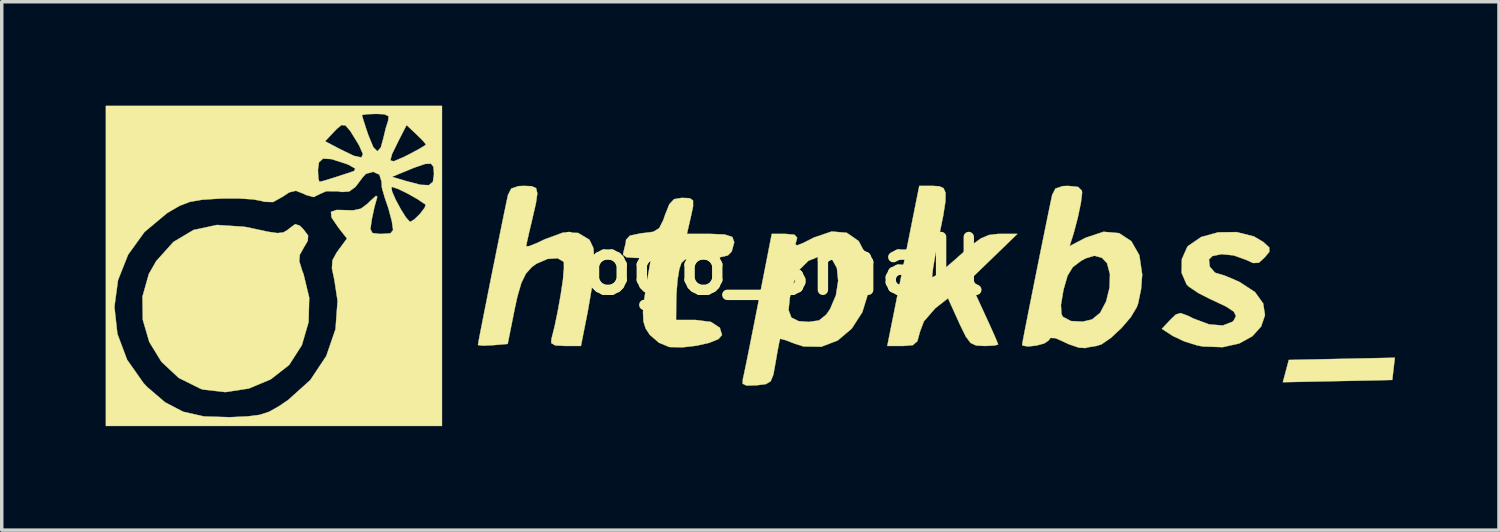
<source format=kicad_pcb>
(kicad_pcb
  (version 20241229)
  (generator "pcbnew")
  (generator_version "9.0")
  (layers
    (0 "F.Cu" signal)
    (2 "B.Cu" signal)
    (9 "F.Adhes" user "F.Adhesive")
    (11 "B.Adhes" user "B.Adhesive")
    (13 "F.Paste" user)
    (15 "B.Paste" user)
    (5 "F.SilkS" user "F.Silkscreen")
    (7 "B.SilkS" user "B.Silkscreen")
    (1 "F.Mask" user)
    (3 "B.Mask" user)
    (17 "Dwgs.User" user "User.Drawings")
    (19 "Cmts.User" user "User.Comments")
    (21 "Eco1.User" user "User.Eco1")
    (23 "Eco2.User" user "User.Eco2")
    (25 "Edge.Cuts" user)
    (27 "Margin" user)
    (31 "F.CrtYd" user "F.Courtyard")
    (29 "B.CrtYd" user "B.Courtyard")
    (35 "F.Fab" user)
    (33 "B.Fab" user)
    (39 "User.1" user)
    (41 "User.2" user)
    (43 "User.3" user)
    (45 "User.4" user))
  (footprint "logo_small"
    (layer "F.Cu")
    (at 19.17 4.623)
    (property "Reference" "logo_small" (at 0 0 0) (layer "F.SilkS") (effects (font (size 1.524 1.524) (thickness 0.3))))
    (attr through_hole)
    (fp_poly (pts (xy 17.953 3.29) (xy 16.375 3.323) (xy 14.796 3.355) (xy 14.882 3.034) (xy 14.968 2.713) (xy 16.497 2.681) (xy 18.027 2.649) (xy 17.953 3.29)) (stroke (width 0.01) (type solid)) (fill yes) (layer "F.SilkS"))
    (fp_poly (pts (xy -13.569 -1.161) (xy -13.46 -1.05) (xy -13.33 -0.877) (xy -13.34 -0.724) (xy -13.454 -0.53) (xy -13.57 -0.322) (xy -13.585 -0.135) (xy -13.503 0.131) (xy -13.463 0.233) (xy -13.298 0.917) (xy -13.317 1.623) (xy -13.51 2.286) (xy -13.868 2.844) (xy -13.889 2.867) (xy -14.408 3.272) (xy -15.042 3.537) (xy -15.718 3.641) (xy -16.362 3.567) (xy -16.426 3.547) (xy -17.062 3.232) (xy -17.562 2.766) (xy -17.913 2.192) (xy -18.1 1.551) (xy -18.109 0.884) (xy -17.925 0.232) (xy -17.713 -0.139) (xy -17.216 -0.692) (xy -16.636 -1.037) (xy -15.959 -1.182) (xy -15.17 -1.13) (xy -14.922 -1.08) (xy -14.486 -0.986) (xy -14.214 -0.947) (xy -14.045 -0.966) (xy -13.919 -1.04) (xy -13.873 -1.08) (xy -13.702 -1.205) (xy -13.569 -1.161)) (stroke (width 0.01) (type solid)) (fill yes) (layer "F.SilkS"))
    (fp_poly (pts (xy 4.884 -2.298) (xy 5.006 -2.243) (xy 5.064 -2.108) (xy 5.059 -1.859) (xy 4.997 -1.46) (xy 4.88 -0.878) (xy 4.854 -0.751) (xy 4.763 -0.292) (xy 4.701 0.074) (xy 4.676 0.293) (xy 4.68 0.331) (xy 4.779 0.28) (xy 5.005 0.104) (xy 5.316 -0.162) (xy 5.441 -0.274) (xy 5.816 -0.601) (xy 6.088 -0.796) (xy 6.319 -0.893) (xy 6.57 -0.923) (xy 6.647 -0.924) (xy 7.135 -0.924) (xy 6.441 -0.252) (xy 5.746 0.419) (xy 6.163 1.323) (xy 6.352 1.734) (xy 6.496 2.058) (xy 6.573 2.244) (xy 6.581 2.268) (xy 6.479 2.295) (xy 6.228 2.309) (xy 6.17 2.309) (xy 5.942 2.295) (xy 5.785 2.221) (xy 5.648 2.038) (xy 5.482 1.7) (xy 5.446 1.621) (xy 5.134 0.933) (xy 4.765 1.222) (xy 4.436 1.601) (xy 4.321 1.91) (xy 4.25 2.173) (xy 4.119 2.285) (xy 3.846 2.309) (xy 3.814 2.309) (xy 3.382 2.309) (xy 3.844 0) (xy 4.305 -2.309) (xy 4.693 -2.309) (xy 4.884 -2.298)) (stroke (width 0.01) (type solid)) (fill yes) (layer "F.SilkS"))
    (fp_poly (pts (xy 13.958 -0.852) (xy 14.233 -0.69) (xy 14.405 -0.531) (xy 14.404 -0.406) (xy 14.272 -0.246) (xy 14.101 -0.091) (xy 13.937 -0.084) (xy 13.731 -0.177) (xy 13.378 -0.304) (xy 13.031 -0.34) (xy 12.765 -0.286) (xy 12.664 -0.187) (xy 12.686 0.021) (xy 12.837 0.194) (xy 12.955 0.231) (xy 13.107 0.276) (xy 13.387 0.392) (xy 13.556 0.469) (xy 13.992 0.755) (xy 14.227 1.081) (xy 14.28 1.421) (xy 14.17 1.746) (xy 13.917 2.027) (xy 13.54 2.236) (xy 13.058 2.344) (xy 12.49 2.324) (xy 12.323 2.293) (xy 11.947 2.175) (xy 11.618 2.019) (xy 11.597 2.005) (xy 11.305 1.815) (xy 11.546 1.558) (xy 11.71 1.4) (xy 11.849 1.362) (xy 12.055 1.438) (xy 12.211 1.516) (xy 12.668 1.687) (xy 13.064 1.719) (xy 13.345 1.61) (xy 13.38 1.574) (xy 13.444 1.443) (xy 13.379 1.317) (xy 13.157 1.171) (xy 12.748 0.978) (xy 12.7 0.957) (xy 12.357 0.782) (xy 12.088 0.601) (xy 12.017 0.532) (xy 11.875 0.2) (xy 11.882 -0.195) (xy 12.035 -0.542) (xy 12.064 -0.576) (xy 12.438 -0.834) (xy 12.93 -0.969) (xy 13.463 -0.976) (xy 13.958 -0.852)) (stroke (width 0.01) (type solid)) (fill yes) (layer "F.SilkS"))
    (fp_poly (pts (xy -6.877 -2.3) (xy -6.752 -2.243) (xy -6.716 -2.094) (xy -6.756 -1.81) (xy -6.863 -1.347) (xy -6.867 -1.328) (xy -6.956 -0.953) (xy -7.018 -0.674) (xy -7.039 -0.564) (xy -6.949 -0.572) (xy -6.714 -0.666) (xy -6.494 -0.771) (xy -5.969 -0.963) (xy -5.541 -0.952) (xy -5.211 -0.754) (xy -5.097 -0.513) (xy -5.068 -0.09) (xy -5.125 0.526) (xy -5.262 1.321) (xy -5.458 2.309) (xy -5.912 2.309) (xy -6.203 2.292) (xy -6.315 2.224) (xy -6.308 2.107) (xy -6.215 1.738) (xy -6.123 1.288) (xy -6.039 0.819) (xy -5.975 0.389) (xy -5.94 0.06) (xy -5.943 -0.109) (xy -5.945 -0.114) (xy -6.133 -0.223) (xy -6.425 -0.201) (xy -6.744 -0.063) (xy -6.875 0.033) (xy -7.046 0.223) (xy -7.178 0.492) (xy -7.294 0.894) (xy -7.376 1.274) (xy -7.571 2.251) (xy -7.999 2.287) (xy -8.276 2.3) (xy -8.421 2.285) (xy -8.428 2.278) (xy -8.407 2.154) (xy -8.348 1.847) (xy -8.26 1.4) (xy -8.152 0.856) (xy -8.033 0.257) (xy -7.91 -0.352) (xy -7.794 -0.928) (xy -7.692 -1.43) (xy -7.613 -1.812) (xy -7.565 -2.034) (xy -7.562 -2.049) (xy -7.468 -2.232) (xy -7.258 -2.303) (xy -7.098 -2.309) (xy -6.877 -2.3)) (stroke (width 0.01) (type solid)) (fill yes) (layer "F.SilkS"))
    (fp_poly (pts (xy -2.318 -1.954) (xy -2.223 -1.89) (xy -2.222 -1.716) (xy -2.295 -1.375) (xy -2.3 -1.357) (xy -2.4 -0.924) (xy -1.72 -0.924) (xy -1.307 -0.906) (xy -1.09 -0.836) (xy -1.034 -0.683) (xy -1.107 -0.42) (xy -1.109 -0.414) (xy -1.217 -0.303) (xy -1.462 -0.246) (xy -1.857 -0.231) (xy -2.239 -0.223) (xy -2.453 -0.184) (xy -2.559 -0.086) (xy -2.618 0.087) (xy -2.669 0.395) (xy -2.702 0.805) (xy -2.707 0.981) (xy -2.713 1.559) (xy -2.16 1.559) (xy -1.706 1.616) (xy -1.45 1.785) (xy -1.387 1.994) (xy -1.489 2.111) (xy -1.756 2.218) (xy -2.123 2.302) (xy -2.522 2.348) (xy -2.889 2.341) (xy -2.913 2.337) (xy -3.205 2.217) (xy -3.47 1.988) (xy -3.473 1.984) (xy -3.59 1.806) (xy -3.654 1.604) (xy -3.667 1.33) (xy -3.628 0.938) (xy -3.54 0.379) (xy -3.509 0.202) (xy -3.433 -0.231) (xy -3.865 -0.231) (xy -4.145 -0.25) (xy -4.242 -0.322) (xy -4.226 -0.414) (xy -4.163 -0.669) (xy -4.156 -0.753) (xy -4.046 -0.873) (xy -3.727 -0.941) (xy -3.675 -0.946) (xy -3.369 -0.985) (xy -3.199 -1.089) (xy -3.081 -1.323) (xy -3.03 -1.472) (xy -2.907 -1.781) (xy -2.771 -1.925) (xy -2.562 -1.962) (xy -2.53 -1.963) (xy -2.318 -1.954)) (stroke (width 0.01) (type solid)) (fill yes) (layer "F.SilkS"))
    (fp_poly (pts (xy 2.215 -0.955) (xy 2.556 -0.717) (xy 2.782 -0.289) (xy 2.86 0.116) (xy 2.838 0.764) (xy 2.66 1.338) (xy 2.355 1.809) (xy 1.952 2.15) (xy 1.481 2.331) (xy 0.969 2.324) (xy 0.717 2.245) (xy 0.452 2.143) (xy 0.3 2.103) (xy 0.288 2.106) (xy 0.259 2.226) (xy 0.206 2.507) (xy 0.161 2.771) (xy 0.096 3.133) (xy 0.018 3.326) (xy -0.119 3.409) (xy -0.365 3.441) (xy -0.391 3.443) (xy -0.678 3.452) (xy -0.791 3.398) (xy -0.785 3.269) (xy -0.746 3.091) (xy -0.671 2.728) (xy -0.569 2.22) (xy -0.448 1.611) (xy -0.382 1.274) (xy 0.533 1.274) (xy 0.614 1.49) (xy 0.822 1.593) (xy 1.113 1.616) (xy 1.413 1.573) (xy 1.625 1.401) (xy 1.733 1.241) (xy 1.9 0.848) (xy 1.965 0.431) (xy 1.928 0.061) (xy 1.788 -0.191) (xy 1.733 -0.23) (xy 1.427 -0.277) (xy 1.106 -0.148) (xy 0.837 0.117) (xy 0.713 0.373) (xy 0.57 0.912) (xy 0.533 1.274) (xy -0.382 1.274) (xy -0.341 1.068) (xy 0.049 -0.924) (xy 0.441 -0.924) (xy 0.704 -0.9) (xy 0.781 -0.814) (xy 0.766 -0.75) (xy 0.73 -0.625) (xy 0.78 -0.593) (xy 0.956 -0.662) (xy 1.263 -0.818) (xy 1.778 -0.993) (xy 2.215 -0.955)) (stroke (width 0.01) (type solid)) (fill yes) (layer "F.SilkS"))
    (fp_poly (pts (xy 8.887 -2.279) (xy 8.996 -2.173) (xy 9.003 -2.107) (xy 8.968 -1.82) (xy 8.883 -1.41) (xy 8.769 -0.976) (xy 8.726 -0.834) (xy 8.642 -0.572) (xy 9.109 -0.815) (xy 9.623 -0.985) (xy 10.07 -0.946) (xy 10.423 -0.714) (xy 10.655 -0.309) (xy 10.737 0.25) (xy 10.704 0.677) (xy 10.621 1.076) (xy 10.581 1.189) (xy 10.407 1.479) (xy 10.139 1.792) (xy 9.838 2.073) (xy 9.564 2.262) (xy 9.415 2.309) (xy 9.157 2.35) (xy 9.1 2.369) (xy 8.907 2.357) (xy 8.613 2.256) (xy 8.52 2.211) (xy 8.237 2.084) (xy 8.091 2.077) (xy 8.034 2.152) (xy 7.914 2.235) (xy 7.686 2.297) (xy 7.446 2.324) (xy 7.291 2.299) (xy 7.274 2.271) (xy 7.295 2.149) (xy 7.354 1.843) (xy 7.442 1.397) (xy 7.495 1.13) (xy 8.392 1.13) (xy 8.409 1.392) (xy 8.449 1.468) (xy 8.679 1.59) (xy 9.017 1.608) (xy 9.289 1.545) (xy 9.525 1.352) (xy 9.697 1.024) (xy 9.795 0.629) (xy 9.807 0.238) (xy 9.722 -0.08) (xy 9.577 -0.234) (xy 9.357 -0.295) (xy 9.102 -0.217) (xy 8.972 -0.146) (xy 8.735 0.034) (xy 8.584 0.28) (xy 8.47 0.674) (xy 8.465 0.695) (xy 8.392 1.13) (xy 7.495 1.13) (xy 7.55 0.854) (xy 7.669 0.257) (xy 7.791 -0.351) (xy 7.908 -0.926) (xy 8.01 -1.427) (xy 8.089 -1.809) (xy 8.136 -2.031) (xy 8.14 -2.049) (xy 8.234 -2.232) (xy 8.444 -2.303) (xy 8.604 -2.309) (xy 8.887 -2.279)) (stroke (width 0.01) (type solid)) (fill yes) (layer "F.SilkS"))
    (fp_poly (pts (xy -9.467 4.618) (xy -19.165 4.618) (xy -19.165 1.182) (xy -18.919 1.182) (xy -18.833 1.961) (xy -18.553 2.707) (xy -18.075 3.387) (xy -17.969 3.498) (xy -17.46 3.933) (xy -16.938 4.207) (xy -16.337 4.343) (xy -15.59 4.365) (xy -15.568 4.364) (xy -15.071 4.341) (xy -14.726 4.297) (xy -14.454 4.208) (xy -14.176 4.051) (xy -13.905 3.868) (xy -13.266 3.293) (xy -12.806 2.601) (xy -12.539 1.826) (xy -12.48 1.005) (xy -12.571 0.409) (xy -12.642 0.066) (xy -12.627 -0.162) (xy -12.51 -0.379) (xy -12.456 -0.455) (xy -12.208 -0.791) (xy -12.454 -1.104) (xy -12.652 -1.395) (xy -12.671 -1.558) (xy -12.51 -1.615) (xy -12.383 -1.613) (xy -12.028 -1.603) (xy -11.805 -1.653) (xy -11.616 -1.794) (xy -11.533 -1.876) (xy -11.369 -2.024) (xy -11.334 -1.993) (xy -11.348 -1.942) (xy -11.416 -1.699) (xy -11.488 -1.366) (xy -11.494 -1.336) (xy -11.532 -1.064) (xy -11.475 -0.949) (xy -11.275 -0.924) (xy -11.203 -0.924) (xy -10.956 -0.94) (xy -10.877 -1.034) (xy -10.912 -1.279) (xy -10.916 -1.299) (xy -11.013 -1.663) (xy -11.116 -1.963) (xy -11.199 -2.251) (xy -11.201 -2.275) (xy -10.926 -2.275) (xy -10.908 -2.152) (xy -10.805 -1.913) (xy -10.656 -1.637) (xy -10.506 -1.398) (xy -10.394 -1.275) (xy -10.38 -1.271) (xy -10.26 -1.346) (xy -10.102 -1.502) (xy -9.964 -1.682) (xy -9.939 -1.77) (xy -10.174 -1.928) (xy -10.461 -2.09) (xy -10.728 -2.22) (xy -10.9 -2.278) (xy -10.926 -2.275) (xy -11.201 -2.275) (xy -11.212 -2.439) (xy -11.253 -2.571) (xy -10.91 -2.571) (xy -10.506 -2.45) (xy -10.09 -2.341) (xy -9.846 -2.33) (xy -9.729 -2.427) (xy -9.698 -2.645) (xy -9.698 -2.663) (xy -9.713 -2.859) (xy -9.784 -2.951) (xy -9.954 -2.943) (xy -10.266 -2.836) (xy -10.564 -2.714) (xy -10.91 -2.571) (xy -11.253 -2.571) (xy -11.273 -2.635) (xy -11.453 -2.716) (xy -11.66 -2.658) (xy -11.741 -2.575) (xy -11.962 -2.282) (xy -12.143 -2.149) (xy -12.353 -2.134) (xy -12.47 -2.153) (xy -12.808 -2.156) (xy -12.992 -2.075) (xy -13.17 -1.987) (xy -13.39 -2.047) (xy -13.456 -2.081) (xy -13.681 -2.169) (xy -13.875 -2.123) (xy -14.06 -2) (xy -14.342 -1.843) (xy -14.596 -1.85) (xy -14.665 -1.873) (xy -14.915 -1.92) (xy -15.317 -1.946) (xy -15.791 -1.946) (xy -15.878 -1.943) (xy -16.379 -1.911) (xy -16.736 -1.85) (xy -17.038 -1.735) (xy -17.371 -1.541) (xy -17.403 -1.521) (xy -18.052 -0.979) (xy -18.524 -0.324) (xy -18.815 0.409) (xy -18.919 1.182) (xy -19.165 1.182) (xy -19.165 -2.771) (xy -13.046 -2.771) (xy -13.035 -2.527) (xy -13.006 -2.425) (xy -13.006 -2.425) (xy -12.88 -2.456) (xy -12.624 -2.534) (xy -12.573 -2.55) (xy -12.257 -2.653) (xy -12.02 -2.732) (xy -12.007 -2.736) (xy -11.968 -2.808) (xy -12.155 -2.916) (xy -12.238 -2.948) (xy -12.531 -3.043) (xy -10.958 -3.043) (xy -10.858 -3.019) (xy -10.588 -3.134) (xy -10.386 -3.235) (xy -10.111 -3.383) (xy -9.948 -3.484) (xy -9.929 -3.504) (xy -10.004 -3.598) (xy -10.186 -3.78) (xy -10.209 -3.802) (xy -10.489 -4.065) (xy -10.729 -3.596) (xy -10.908 -3.228) (xy -10.958 -3.043) (xy -12.531 -3.043) (xy -12.652 -3.082) (xy -12.899 -3.098) (xy -13.018 -2.986) (xy -13.046 -2.771) (xy -19.165 -2.771) (xy -19.165 -3.597) (xy -12.839 -3.597) (xy -12.394 -3.362) (xy -12.006 -3.176) (xy -11.794 -3.129) (xy -11.747 -3.224) (xy -11.853 -3.467) (xy -11.901 -3.55) (xy -12.11 -3.89) (xy -12.25 -4.054) (xy -12.368 -4.065) (xy -12.511 -3.946) (xy -12.575 -3.878) (xy -12.839 -3.597) (xy -19.165 -3.597) (xy -19.165 -4.35) (xy -11.776 -4.35) (xy -11.742 -4.229) (xy -11.656 -3.962) (xy -11.592 -3.773) (xy -11.449 -3.427) (xy -11.331 -3.308) (xy -11.232 -3.416) (xy -11.164 -3.663) (xy -11.087 -3.979) (xy -11.022 -4.185) (xy -11.006 -4.32) (xy -11.132 -4.377) (xy -11.36 -4.387) (xy -11.632 -4.378) (xy -11.772 -4.356) (xy -11.776 -4.35) (xy -19.165 -4.35) (xy -19.165 -4.618) (xy -9.467 -4.618) (xy -9.467 4.618)) (stroke (width 0.01) (type solid)) (fill yes) (layer "F.SilkS")))
  (gr_rect
    (start -3 -3)
    (end 40.202 12.246)
    (stroke (width 0.1) (type default))
    (fill no)
    (layer "Edge.Cuts")))
</source>
